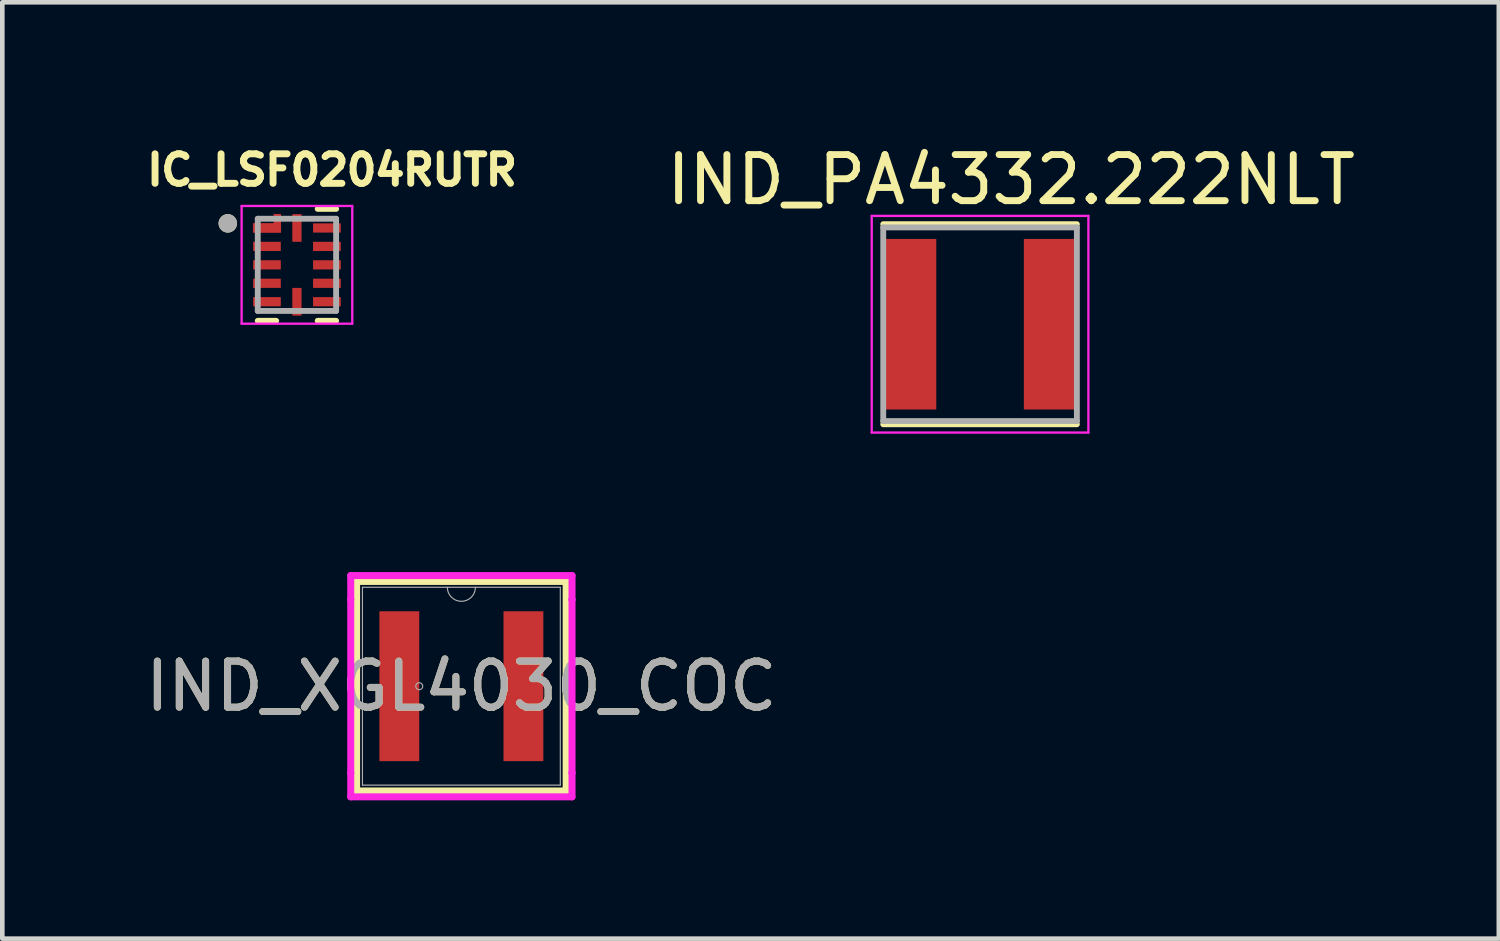
<source format=kicad_pcb>
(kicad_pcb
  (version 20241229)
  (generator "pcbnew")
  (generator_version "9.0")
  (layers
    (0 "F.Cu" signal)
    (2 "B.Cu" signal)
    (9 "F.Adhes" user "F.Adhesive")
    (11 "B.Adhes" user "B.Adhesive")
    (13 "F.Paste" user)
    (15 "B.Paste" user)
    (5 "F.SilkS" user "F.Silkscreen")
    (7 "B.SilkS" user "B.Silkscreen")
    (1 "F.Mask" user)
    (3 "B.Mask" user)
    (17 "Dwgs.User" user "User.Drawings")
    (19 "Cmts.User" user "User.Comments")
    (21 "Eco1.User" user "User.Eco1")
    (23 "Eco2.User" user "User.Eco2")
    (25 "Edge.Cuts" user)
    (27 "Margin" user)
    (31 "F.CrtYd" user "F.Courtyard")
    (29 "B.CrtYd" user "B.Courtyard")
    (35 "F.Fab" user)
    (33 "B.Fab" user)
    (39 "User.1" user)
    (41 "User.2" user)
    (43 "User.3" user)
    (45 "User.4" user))
  (footprint "IND_XGL4030_COC"
    (layer "F.Cu")
    (at 6.958 11.835)
    (property "Reference" "IND_XGL4030_COC" (at 0 0 0) (unlocked yes) (layer "F.SilkS") (effects (font (size 1 1) (thickness 0.15))))
    (attr smd)
    (fp_line (start -2.273 -2.273) (end -2.273 2.273) (stroke (width 0.152) (type solid)) (layer "F.SilkS"))
    (fp_line (start -2.273 2.273) (end 2.273 2.273) (stroke (width 0.152) (type solid)) (layer "F.SilkS"))
    (fp_line (start 2.273 -2.273) (end -2.273 -2.273) (stroke (width 0.152) (type solid)) (layer "F.SilkS"))
    (fp_line (start 2.273 2.273) (end 2.273 -2.273) (stroke (width 0.152) (type solid)) (layer "F.SilkS"))
    (fp_line (start -2.4 -2.4) (end 2.4 -2.4) (stroke (width 0.152) (type solid)) (layer "F.CrtYd"))
    (fp_line (start -2.4 -1.88) (end -2.4 -2.4) (stroke (width 0.152) (type solid)) (layer "F.CrtYd"))
    (fp_line (start -2.4 -1.88) (end -2.4 -1.88) (stroke (width 0.152) (type solid)) (layer "F.CrtYd"))
    (fp_line (start -2.4 1.88) (end -2.4 -1.88) (stroke (width 0.152) (type solid)) (layer "F.CrtYd"))
    (fp_line (start -2.4 1.88) (end -2.4 1.88) (stroke (width 0.152) (type solid)) (layer "F.CrtYd"))
    (fp_line (start -2.4 2.4) (end -2.4 1.88) (stroke (width 0.152) (type solid)) (layer "F.CrtYd"))
    (fp_line (start 2.4 -2.4) (end 2.4 -1.88) (stroke (width 0.152) (type solid)) (layer "F.CrtYd"))
    (fp_line (start 2.4 -1.88) (end 2.4 -1.88) (stroke (width 0.152) (type solid)) (layer "F.CrtYd"))
    (fp_line (start 2.4 -1.88) (end 2.4 1.88) (stroke (width 0.152) (type solid)) (layer "F.CrtYd"))
    (fp_line (start 2.4 1.88) (end 2.4 1.88) (stroke (width 0.152) (type solid)) (layer "F.CrtYd"))
    (fp_line (start 2.4 1.88) (end 2.4 2.4) (stroke (width 0.152) (type solid)) (layer "F.CrtYd"))
    (fp_line (start 2.4 2.4) (end -2.4 2.4) (stroke (width 0.152) (type solid)) (layer "F.CrtYd"))
    (fp_line (start -2.146 -2.146) (end -2.146 2.146) (stroke (width 0.025) (type solid)) (layer "F.Fab"))
    (fp_line (start -2.146 2.146) (end 2.146 2.146) (stroke (width 0.025) (type solid)) (layer "F.Fab"))
    (fp_line (start 2.146 -2.146) (end -2.146 -2.146) (stroke (width 0.025) (type solid)) (layer "F.Fab"))
    (fp_line (start 2.146 2.146) (end 2.146 -2.146) (stroke (width 0.025) (type solid)) (layer "F.Fab"))
    (fp_arc (start 0.3048 -2.1463) (mid 0 -1.8415) (end -0.3048 -2.1463) (stroke (width 0.0254) (type solid)) (layer "F.Fab"))
    (fp_circle (center -0.914 0) (end -0.838 0) (stroke (width 0.025) (type solid)) (fill no) (layer "F.Fab"))
    (fp_text user "${REFERENCE}" (at 0 0 0) (unlocked yes) (layer "F.Fab") (effects (font (size 1 1) (thickness 0.15))))
    (pad "1" smd rect (at -1.346 0) (size 0.864 3.251) (layers "F.Cu" "F.Mask" "F.Paste"))
    (pad "2" smd rect (at 1.346 0) (size 0.864 3.251) (layers "F.Cu" "F.Mask" "F.Paste")))
  (footprint "IC_LSF0204RUTR"
    (layer "F.Cu")
    (at 3.391 2.695)
    (property "Reference" "IC_LSF0204RUTR" (at 0.762 -2.057 0) (layer "F.SilkS") (effects (font (size 0.64 0.64) (thickness 0.15))))
    (attr smd)
    (fp_poly (pts (xy -1 -0.55) (xy -0.3 -0.55) (xy -0.3 -0.25) (xy -1 -0.25)) (stroke (width 0.01) (type solid)) (fill yes) (layer "F.Mask"))
    (fp_poly (pts (xy -1 -0.15) (xy -0.3 -0.15) (xy -0.3 0.15) (xy -1 0.15)) (stroke (width 0.01) (type solid)) (fill yes) (layer "F.Mask"))
    (fp_poly (pts (xy -1 0.25) (xy -0.3 0.25) (xy -0.3 0.55) (xy -1 0.55)) (stroke (width 0.01) (type solid)) (fill yes) (layer "F.Mask"))
    (fp_poly (pts (xy -1 0.65) (xy -0.3 0.65) (xy -0.3 0.95) (xy -1 0.95)) (stroke (width 0.01) (type solid)) (fill yes) (layer "F.Mask"))
    (fp_poly (pts (xy -0.15 -1.15) (xy 0.15 -1.15) (xy 0.15 -0.45) (xy -0.15 -0.45)) (stroke (width 0.01) (type solid)) (fill yes) (layer "F.Mask"))
    (fp_poly (pts (xy -0.15 0.45) (xy 0.15 0.45) (xy 0.15 1.15) (xy -0.15 1.15)) (stroke (width 0.01) (type solid)) (fill yes) (layer "F.Mask"))
    (fp_poly (pts (xy 0.3 -0.95) (xy 1 -0.95) (xy 1 -0.65) (xy 0.3 -0.65)) (stroke (width 0.01) (type solid)) (fill yes) (layer "F.Mask"))
    (fp_poly (pts (xy 0.3 -0.55) (xy 1 -0.55) (xy 1 -0.25) (xy 0.3 -0.25)) (stroke (width 0.01) (type solid)) (fill yes) (layer "F.Mask"))
    (fp_poly (pts (xy 0.3 -0.15) (xy 1 -0.15) (xy 1 0.15) (xy 0.3 0.15)) (stroke (width 0.01) (type solid)) (fill yes) (layer "F.Mask"))
    (fp_poly (pts (xy 0.3 0.25) (xy 1 0.25) (xy 1 0.55) (xy 0.3 0.55)) (stroke (width 0.01) (type solid)) (fill yes) (layer "F.Mask"))
    (fp_poly (pts (xy 0.3 0.65) (xy 1 0.65) (xy 1 0.95) (xy 0.3 0.95)) (stroke (width 0.01) (type solid)) (fill yes) (layer "F.Mask"))
    (fp_poly (pts (xy -1 -0.95) (xy -0.55 -0.95) (xy -0.55 -1.15) (xy -0.3 -1.15) (xy -0.3 -0.65) (xy -1 -0.65)) (stroke (width 0.01) (type solid)) (fill yes) (layer "F.Mask"))
    (fp_line (start -0.45 1.214) (end -0.85 1.214) (stroke (width 0.127) (type solid)) (layer "F.SilkS"))
    (fp_line (start 0.45 -1.214) (end 0.85 -1.214) (stroke (width 0.127) (type solid)) (layer "F.SilkS"))
    (fp_line (start 0.45 1.214) (end 0.85 1.214) (stroke (width 0.127) (type solid)) (layer "F.SilkS"))
    (fp_circle (center -1.5 -0.9) (end -1.4 -0.9) (stroke (width 0.2) (type solid)) (fill no) (layer "F.SilkS"))
    (fp_poly (pts (xy -0.85 -0.5) (xy -0.35 -0.5) (xy -0.35 -0.3) (xy -0.85 -0.3)) (stroke (width 0.01) (type solid)) (fill yes) (layer "F.Paste"))
    (fp_poly (pts (xy -0.85 -0.1) (xy -0.35 -0.1) (xy -0.35 0.1) (xy -0.85 0.1)) (stroke (width 0.01) (type solid)) (fill yes) (layer "F.Paste"))
    (fp_poly (pts (xy -0.85 0.3) (xy -0.35 0.3) (xy -0.35 0.5) (xy -0.85 0.5)) (stroke (width 0.01) (type solid)) (fill yes) (layer "F.Paste"))
    (fp_poly (pts (xy -0.85 0.7) (xy -0.35 0.7) (xy -0.35 0.9) (xy -0.85 0.9)) (stroke (width 0.01) (type solid)) (fill yes) (layer "F.Paste"))
    (fp_poly (pts (xy -0.1 -1) (xy 0.1 -1) (xy 0.1 -0.5) (xy -0.1 -0.5)) (stroke (width 0.01) (type solid)) (fill yes) (layer "F.Paste"))
    (fp_poly (pts (xy -0.1 0.5) (xy 0.1 0.5) (xy 0.1 1) (xy -0.1 1)) (stroke (width 0.01) (type solid)) (fill yes) (layer "F.Paste"))
    (fp_poly (pts (xy 0.35 -0.9) (xy 0.85 -0.9) (xy 0.85 -0.7) (xy 0.35 -0.7)) (stroke (width 0.01) (type solid)) (fill yes) (layer "F.Paste"))
    (fp_poly (pts (xy 0.35 -0.5) (xy 0.85 -0.5) (xy 0.85 -0.3) (xy 0.35 -0.3)) (stroke (width 0.01) (type solid)) (fill yes) (layer "F.Paste"))
    (fp_poly (pts (xy 0.35 -0.1) (xy 0.85 -0.1) (xy 0.85 0.1) (xy 0.35 0.1)) (stroke (width 0.01) (type solid)) (fill yes) (layer "F.Paste"))
    (fp_poly (pts (xy 0.35 0.3) (xy 0.85 0.3) (xy 0.85 0.5) (xy 0.35 0.5)) (stroke (width 0.01) (type solid)) (fill yes) (layer "F.Paste"))
    (fp_poly (pts (xy 0.35 0.7) (xy 0.85 0.7) (xy 0.85 0.9) (xy 0.35 0.9)) (stroke (width 0.01) (type solid)) (fill yes) (layer "F.Paste"))
    (fp_poly (pts (xy -0.85 -0.9) (xy -0.5 -0.9) (xy -0.5 -1) (xy -0.35 -1) (xy -0.35 -0.7) (xy -0.85 -0.7)) (stroke (width 0.01) (type solid)) (fill yes) (layer "F.Paste"))
    (fp_line (start -1.2 -1.277) (end 1.2 -1.277) (stroke (width 0.05) (type solid)) (layer "F.CrtYd"))
    (fp_line (start -1.2 1.277) (end -1.2 -1.277) (stroke (width 0.05) (type solid)) (layer "F.CrtYd"))
    (fp_line (start 1.2 -1.277) (end 1.2 1.277) (stroke (width 0.05) (type solid)) (layer "F.CrtYd"))
    (fp_line (start 1.2 1.277) (end -1.2 1.277) (stroke (width 0.05) (type solid)) (layer "F.CrtYd"))
    (fp_line (start -0.85 -1) (end 0.85 -1) (stroke (width 0.127) (type solid)) (layer "F.Fab"))
    (fp_line (start -0.85 1) (end -0.85 -1) (stroke (width 0.127) (type solid)) (layer "F.Fab"))
    (fp_line (start 0.85 -1) (end 0.85 1) (stroke (width 0.127) (type solid)) (layer "F.Fab"))
    (fp_line (start 0.85 1) (end -0.85 1) (stroke (width 0.127) (type solid)) (layer "F.Fab"))
    (fp_circle (center -1.5 -0.9) (end -1.4 -0.9) (stroke (width 0.2) (type solid)) (fill no) (layer "F.Fab"))
    (pad "1" smd custom (at -0.65 -0.8) (size 0.6 0.2) (layers "F.Cu") (options (anchor rect)) (primitives (gr_poly (pts (xy -0.3 -0.1) (xy 0.15 -0.1) (xy 0.15 -0.3) (xy 0.3 -0.3) (xy 0.3 0.1) (xy -0.3 0.1)) (width 0.01) (fill yes))))
    (pad "2" smd rect (at -0.65 -0.4) (size 0.6 0.2) (layers "F.Cu"))
    (pad "3" smd rect (at -0.65 0) (size 0.6 0.2) (layers "F.Cu"))
    (pad "4" smd rect (at -0.65 0.4) (size 0.6 0.2) (layers "F.Cu"))
    (pad "5" smd rect (at -0.65 0.8) (size 0.6 0.2) (layers "F.Cu"))
    (pad "6" smd rect (at 0 0.8) (size 0.2 0.6) (layers "F.Cu"))
    (pad "7" smd rect (at 0.65 0.8) (size 0.6 0.2) (layers "F.Cu"))
    (pad "8" smd rect (at 0.65 0.4) (size 0.6 0.2) (layers "F.Cu"))
    (pad "9" smd rect (at 0.65 0) (size 0.6 0.2) (layers "F.Cu"))
    (pad "10" smd rect (at 0.65 -0.4) (size 0.6 0.2) (layers "F.Cu"))
    (pad "11" smd rect (at 0.65 -0.8) (size 0.6 0.2) (layers "F.Cu"))
    (pad "12" smd rect (at 0 -0.8) (size 0.2 0.6) (layers "F.Cu")))
  (footprint "IND_PA4332.222NLT"
    (layer "F.Cu")
    (at 18.209 3.983)
    (property "Reference" "IND_PA4332.222NLT" (at 0.675 -3.135 0) (layer "F.SilkS") (effects (font (size 1 1) (thickness 0.15))))
    (attr smd)
    (fp_line (start 2.1 -2.17) (end -2.1 -2.17) (stroke (width 0.127) (type solid)) (layer "F.SilkS"))
    (fp_line (start 2.1 2.17) (end -2.1 2.17) (stroke (width 0.127) (type solid)) (layer "F.SilkS"))
    (fp_line (start -2.35 -2.35) (end 2.35 -2.35) (stroke (width 0.05) (type solid)) (layer "F.CrtYd"))
    (fp_line (start -2.35 2.35) (end -2.35 -2.35) (stroke (width 0.05) (type solid)) (layer "F.CrtYd"))
    (fp_line (start 2.35 -2.35) (end 2.35 2.35) (stroke (width 0.05) (type solid)) (layer "F.CrtYd"))
    (fp_line (start 2.35 2.35) (end -2.35 2.35) (stroke (width 0.05) (type solid)) (layer "F.CrtYd"))
    (fp_line (start -2.1 -2.1) (end 2.1 -2.1) (stroke (width 0.127) (type solid)) (layer "F.Fab"))
    (fp_line (start -2.1 2.1) (end -2.1 -2.1) (stroke (width 0.127) (type solid)) (layer "F.Fab"))
    (fp_line (start 2.1 -2.1) (end 2.1 2.1) (stroke (width 0.127) (type solid)) (layer "F.Fab"))
    (fp_line (start 2.1 2.1) (end -2.1 2.1) (stroke (width 0.127) (type solid)) (layer "F.Fab"))
    (pad "1" smd rect (at -1.5 0) (size 1.1 3.7) (layers "F.Cu" "F.Mask" "F.Paste"))
    (pad "2" smd rect (at 1.5 0) (size 1.1 3.7) (layers "F.Cu" "F.Mask" "F.Paste")))
  (gr_rect
    (start -3 -3)
    (end 29.462 17.311)
    (stroke (width 0.1) (type default))
    (fill no)
    (layer "Edge.Cuts")))
</source>
